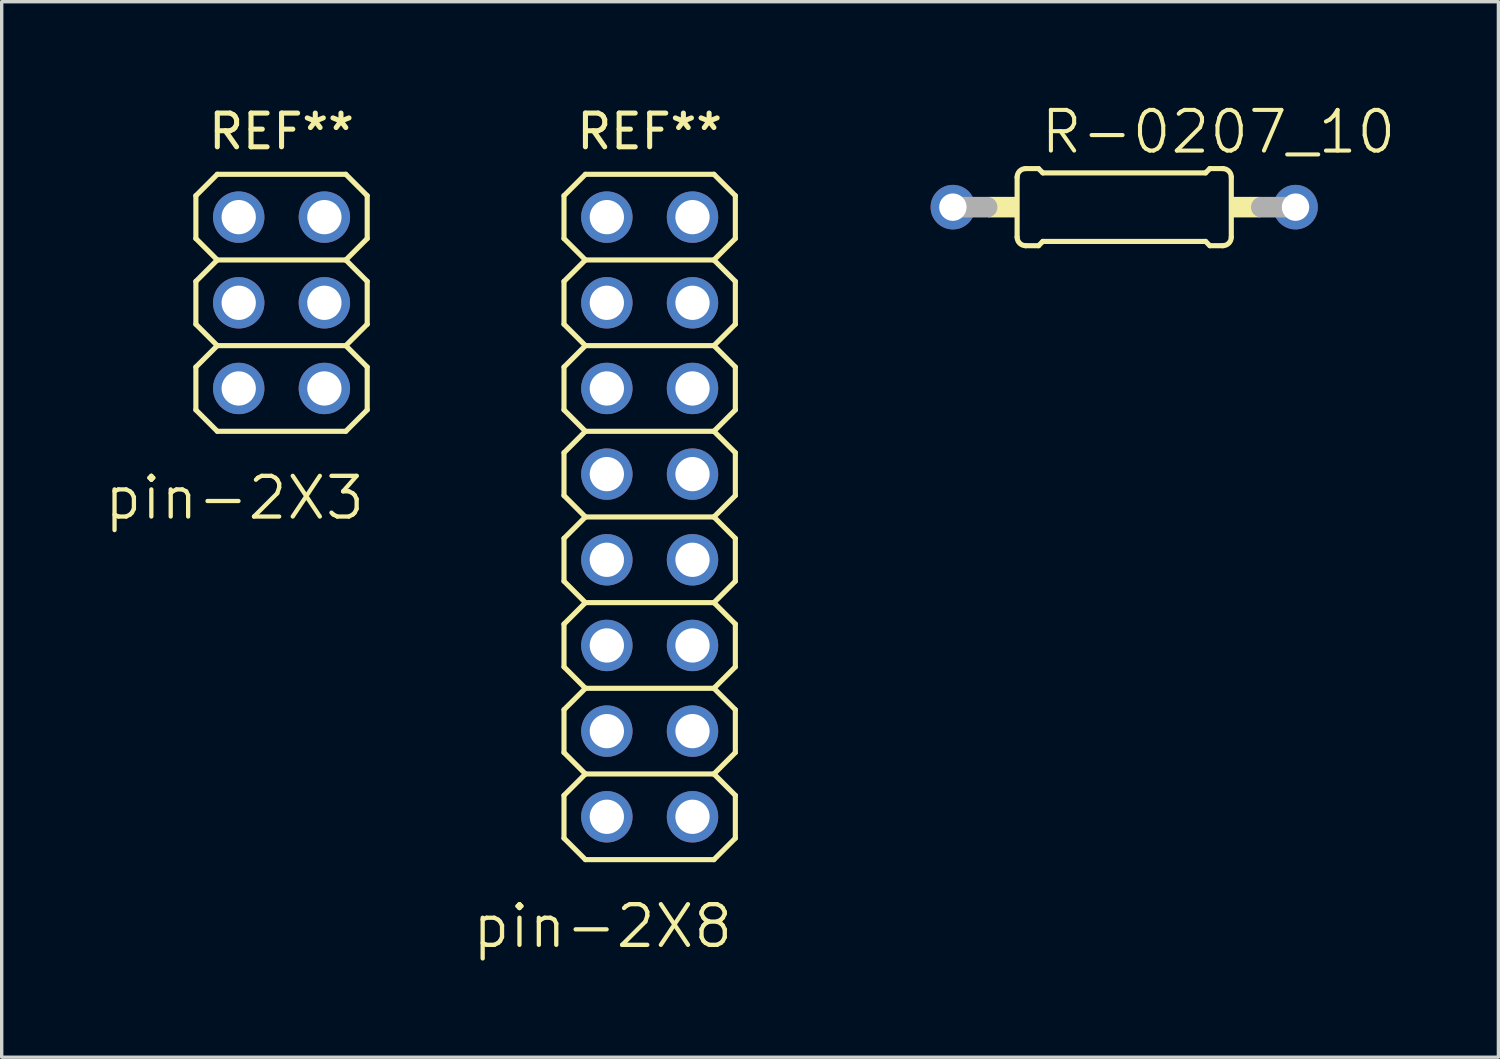
<source format=kicad_pcb>
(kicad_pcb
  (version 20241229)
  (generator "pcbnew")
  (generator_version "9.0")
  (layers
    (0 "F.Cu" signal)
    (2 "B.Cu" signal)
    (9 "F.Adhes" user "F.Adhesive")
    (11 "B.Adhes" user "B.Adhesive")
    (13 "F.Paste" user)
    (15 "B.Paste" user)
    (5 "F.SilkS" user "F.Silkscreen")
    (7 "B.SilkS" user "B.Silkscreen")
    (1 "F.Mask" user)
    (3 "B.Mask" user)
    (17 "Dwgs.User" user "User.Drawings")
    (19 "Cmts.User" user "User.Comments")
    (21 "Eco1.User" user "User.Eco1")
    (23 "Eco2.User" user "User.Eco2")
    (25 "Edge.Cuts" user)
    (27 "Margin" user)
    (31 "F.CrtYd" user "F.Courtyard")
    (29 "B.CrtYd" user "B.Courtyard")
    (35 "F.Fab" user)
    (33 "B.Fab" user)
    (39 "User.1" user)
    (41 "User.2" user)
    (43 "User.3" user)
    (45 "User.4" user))
  (footprint "pin-2X3"
    (layer "F.Cu")
    (at 5.298 5.928)
    (property "Reference" "pin-2X3" (at 2.54 5.08 180) (layer "F.SilkS") (effects (font (size 1.206 1.206) (thickness 0.127)) (justify right top)))
    (attr through_hole)
    (fp_line (start -2.54 -3.175) (end -2.54 -1.905) (stroke (width 0.152) (type solid)) (layer "F.SilkS"))
    (fp_line (start -2.54 -1.905) (end -1.905 -1.27) (stroke (width 0.152) (type solid)) (layer "F.SilkS"))
    (fp_line (start -2.54 -0.635) (end -2.54 0.635) (stroke (width 0.152) (type solid)) (layer "F.SilkS"))
    (fp_line (start -2.54 0.635) (end -1.905 1.27) (stroke (width 0.152) (type solid)) (layer "F.SilkS"))
    (fp_line (start -2.54 1.905) (end -2.54 3.175) (stroke (width 0.152) (type solid)) (layer "F.SilkS"))
    (fp_line (start -2.54 3.175) (end -1.905 3.81) (stroke (width 0.152) (type solid)) (layer "F.SilkS"))
    (fp_line (start -1.905 -3.81) (end -2.54 -3.175) (stroke (width 0.152) (type solid)) (layer "F.SilkS"))
    (fp_line (start -1.905 -3.81) (end 1.905 -3.81) (stroke (width 0.152) (type solid)) (layer "F.SilkS"))
    (fp_line (start -1.905 -1.27) (end -2.54 -0.635) (stroke (width 0.152) (type solid)) (layer "F.SilkS"))
    (fp_line (start -1.905 1.27) (end -2.54 1.905) (stroke (width 0.152) (type solid)) (layer "F.SilkS"))
    (fp_line (start 1.905 -3.81) (end 2.54 -3.175) (stroke (width 0.152) (type solid)) (layer "F.SilkS"))
    (fp_line (start 1.905 -1.27) (end -1.905 -1.27) (stroke (width 0.152) (type solid)) (layer "F.SilkS"))
    (fp_line (start 1.905 -1.27) (end 2.54 -0.635) (stroke (width 0.152) (type solid)) (layer "F.SilkS"))
    (fp_line (start 1.905 1.27) (end -1.905 1.27) (stroke (width 0.152) (type solid)) (layer "F.SilkS"))
    (fp_line (start 1.905 1.27) (end 2.54 1.905) (stroke (width 0.152) (type solid)) (layer "F.SilkS"))
    (fp_line (start 1.905 3.81) (end -1.905 3.81) (stroke (width 0.152) (type solid)) (layer "F.SilkS"))
    (fp_line (start 2.54 -3.175) (end 2.54 -1.905) (stroke (width 0.152) (type solid)) (layer "F.SilkS"))
    (fp_line (start 2.54 -1.905) (end 1.905 -1.27) (stroke (width 0.152) (type solid)) (layer "F.SilkS"))
    (fp_line (start 2.54 -0.635) (end 2.54 0.635) (stroke (width 0.152) (type solid)) (layer "F.SilkS"))
    (fp_line (start 2.54 0.635) (end 1.905 1.27) (stroke (width 0.152) (type solid)) (layer "F.SilkS"))
    (fp_line (start 2.54 1.905) (end 2.54 3.175) (stroke (width 0.152) (type solid)) (layer "F.SilkS"))
    (fp_line (start 2.54 3.175) (end 1.905 3.81) (stroke (width 0.152) (type solid)) (layer "F.SilkS"))
    (fp_poly (pts (xy -1.524 -2.794) (xy -1.524 -2.286) (xy -1.016 -2.286) (xy -1.016 -2.794)) (stroke (width 0.1) (type solid)) (fill no) (layer "F.Fab"))
    (fp_poly (pts (xy -1.524 -0.254) (xy -1.524 0.254) (xy -1.016 0.254) (xy -1.016 -0.254)) (stroke (width 0.1) (type solid)) (fill no) (layer "F.Fab"))
    (fp_poly (pts (xy -1.524 2.286) (xy -1.524 2.794) (xy -1.016 2.794) (xy -1.016 2.286)) (stroke (width 0.1) (type solid)) (fill no) (layer "F.Fab"))
    (fp_poly (pts (xy 1.016 -2.794) (xy 1.016 -2.286) (xy 1.524 -2.286) (xy 1.524 -2.794)) (stroke (width 0.1) (type solid)) (fill no) (layer "F.Fab"))
    (fp_poly (pts (xy 1.016 -0.254) (xy 1.016 0.254) (xy 1.524 0.254) (xy 1.524 -0.254)) (stroke (width 0.1) (type solid)) (fill no) (layer "F.Fab"))
    (fp_poly (pts (xy 1.016 2.286) (xy 1.016 2.794) (xy 1.524 2.794) (xy 1.524 2.286)) (stroke (width 0.1) (type solid)) (fill no) (layer "F.Fab"))
    (fp_text user "REF**" (at 0 -5.08 180) (layer "F.SilkS") (effects (font (size 1 1) (thickness 0.15))))
    (pad "1" thru_hole circle (at -1.27 -2.54 270) (size 1.524 1.524) (drill 1.016) (layers "*.Cu" "*.Mask"))
    (pad "2" thru_hole circle (at 1.27 -2.54 270) (size 1.524 1.524) (drill 1.016) (layers "*.Cu" "*.Mask"))
    (pad "3" thru_hole circle (at -1.27 0 270) (size 1.524 1.524) (drill 1.016) (layers "*.Cu" "*.Mask"))
    (pad "4" thru_hole circle (at 1.27 0 270) (size 1.524 1.524) (drill 1.016) (layers "*.Cu" "*.Mask"))
    (pad "5" thru_hole circle (at -1.27 2.54 270) (size 1.524 1.524) (drill 1.016) (layers "*.Cu" "*.Mask"))
    (pad "6" thru_hole circle (at 1.27 2.54 270) (size 1.524 1.524) (drill 1.016) (layers "*.Cu" "*.Mask")))
  (footprint "R-0207_10"
    (layer "F.Cu")
    (at 30.283 3.092)
    (property "Reference" "R-0207_10" (at -2.54 -1.524 0) (layer "F.SilkS") (effects (font (size 1.206 1.206) (thickness 0.121)) (justify left bottom)))
    (attr through_hole)
    (fp_line (start -3.175 0.889) (end -3.175 -0.889) (stroke (width 0.152) (type solid)) (layer "F.SilkS"))
    (fp_line (start -2.921 -1.143) (end -2.54 -1.143) (stroke (width 0.152) (type solid)) (layer "F.SilkS"))
    (fp_line (start -2.921 1.143) (end -2.54 1.143) (stroke (width 0.152) (type solid)) (layer "F.SilkS"))
    (fp_line (start -2.413 -1.016) (end -2.54 -1.143) (stroke (width 0.152) (type solid)) (layer "F.SilkS"))
    (fp_line (start -2.413 1.016) (end -2.54 1.143) (stroke (width 0.152) (type solid)) (layer "F.SilkS"))
    (fp_line (start 2.413 -1.016) (end -2.413 -1.016) (stroke (width 0.152) (type solid)) (layer "F.SilkS"))
    (fp_line (start 2.413 -1.016) (end 2.54 -1.143) (stroke (width 0.152) (type solid)) (layer "F.SilkS"))
    (fp_line (start 2.413 1.016) (end -2.413 1.016) (stroke (width 0.152) (type solid)) (layer "F.SilkS"))
    (fp_line (start 2.413 1.016) (end 2.54 1.143) (stroke (width 0.152) (type solid)) (layer "F.SilkS"))
    (fp_line (start 2.921 -1.143) (end 2.54 -1.143) (stroke (width 0.152) (type solid)) (layer "F.SilkS"))
    (fp_line (start 2.921 1.143) (end 2.54 1.143) (stroke (width 0.152) (type solid)) (layer "F.SilkS"))
    (fp_line (start 3.175 0.889) (end 3.175 -0.889) (stroke (width 0.152) (type solid)) (layer "F.SilkS"))
    (fp_arc (start -3.175 -0.889) (mid -3.100605 -1.068605) (end -2.921 -1.143) (stroke (width 0.1524) (type solid)) (layer "F.SilkS"))
    (fp_arc (start -2.921 1.143) (mid -3.100605 1.068605) (end -3.175 0.889) (stroke (width 0.1524) (type solid)) (layer "F.SilkS"))
    (fp_arc (start 2.921 -1.143) (mid 3.100605 -1.068605) (end 3.175 -0.889) (stroke (width 0.1524) (type solid)) (layer "F.SilkS"))
    (fp_arc (start 3.175 0.889) (mid 3.100605 1.068605) (end 2.921 1.143) (stroke (width 0.1524) (type solid)) (layer "F.SilkS"))
    (fp_poly (pts (xy -4.039 0.305) (xy -3.175 0.305) (xy -3.175 -0.305) (xy -4.039 -0.305)) (stroke (width 0) (type solid)) (fill yes) (layer "F.SilkS"))
    (fp_poly (pts (xy 3.175 0.305) (xy 4.039 0.305) (xy 4.039 -0.305) (xy 3.175 -0.305)) (stroke (width 0) (type solid)) (fill yes) (layer "F.SilkS"))
    (fp_line (start -5.08 0) (end -4.064 0) (stroke (width 0.61) (type solid)) (layer "F.Fab"))
    (fp_line (start 5.08 0) (end 4.064 0) (stroke (width 0.61) (type solid)) (layer "F.Fab"))
    (pad "1" thru_hole circle (at -5.08 0) (size 1.321 1.321) (drill 0.813) (layers "*.Cu" "*.Mask"))
    (pad "2" thru_hole circle (at 5.08 0) (size 1.321 1.321) (drill 0.813) (layers "*.Cu" "*.Mask")))
  (footprint "pin-2X8"
    (layer "F.Cu")
    (at 21.293 17.358)
    (property "Reference" "pin-2X8" (at -2.54 6.35 180) (layer "F.SilkS") (effects (font (size 1.206 1.206) (thickness 0.127)) (justify right top)))
    (attr through_hole)
    (fp_line (start -7.62 -14.605) (end -7.62 -13.335) (stroke (width 0.152) (type solid)) (layer "F.SilkS"))
    (fp_line (start -7.62 -13.335) (end -6.985 -12.7) (stroke (width 0.152) (type solid)) (layer "F.SilkS"))
    (fp_line (start -7.62 -12.065) (end -7.62 -10.795) (stroke (width 0.152) (type solid)) (layer "F.SilkS"))
    (fp_line (start -7.62 -10.795) (end -6.985 -10.16) (stroke (width 0.152) (type solid)) (layer "F.SilkS"))
    (fp_line (start -7.62 -9.525) (end -7.62 -8.255) (stroke (width 0.152) (type solid)) (layer "F.SilkS"))
    (fp_line (start -7.62 -8.255) (end -6.985 -7.62) (stroke (width 0.152) (type solid)) (layer "F.SilkS"))
    (fp_line (start -7.62 -6.985) (end -7.62 -5.715) (stroke (width 0.152) (type solid)) (layer "F.SilkS"))
    (fp_line (start -7.62 -5.715) (end -6.985 -5.08) (stroke (width 0.152) (type solid)) (layer "F.SilkS"))
    (fp_line (start -7.62 -4.445) (end -7.62 -3.175) (stroke (width 0.152) (type solid)) (layer "F.SilkS"))
    (fp_line (start -7.62 -3.175) (end -6.985 -2.54) (stroke (width 0.152) (type solid)) (layer "F.SilkS"))
    (fp_line (start -7.62 -1.905) (end -7.62 -0.635) (stroke (width 0.152) (type solid)) (layer "F.SilkS"))
    (fp_line (start -7.62 -0.635) (end -6.985 0) (stroke (width 0.152) (type solid)) (layer "F.SilkS"))
    (fp_line (start -7.62 1.905) (end -7.62 0.635) (stroke (width 0.152) (type solid)) (layer "F.SilkS"))
    (fp_line (start -7.62 4.445) (end -7.62 3.175) (stroke (width 0.152) (type solid)) (layer "F.SilkS"))
    (fp_line (start -6.985 -15.24) (end -7.62 -14.605) (stroke (width 0.152) (type solid)) (layer "F.SilkS"))
    (fp_line (start -6.985 -15.24) (end -3.175 -15.24) (stroke (width 0.152) (type solid)) (layer "F.SilkS"))
    (fp_line (start -6.985 -12.7) (end -7.62 -12.065) (stroke (width 0.152) (type solid)) (layer "F.SilkS"))
    (fp_line (start -6.985 -10.16) (end -7.62 -9.525) (stroke (width 0.152) (type solid)) (layer "F.SilkS"))
    (fp_line (start -6.985 -7.62) (end -7.62 -6.985) (stroke (width 0.152) (type solid)) (layer "F.SilkS"))
    (fp_line (start -6.985 -5.08) (end -7.62 -4.445) (stroke (width 0.152) (type solid)) (layer "F.SilkS"))
    (fp_line (start -6.985 -2.54) (end -7.62 -1.905) (stroke (width 0.152) (type solid)) (layer "F.SilkS"))
    (fp_line (start -6.985 0) (end -7.62 0.635) (stroke (width 0.152) (type solid)) (layer "F.SilkS"))
    (fp_line (start -6.985 2.54) (end -7.62 1.905) (stroke (width 0.152) (type solid)) (layer "F.SilkS"))
    (fp_line (start -6.985 2.54) (end -7.62 3.175) (stroke (width 0.152) (type solid)) (layer "F.SilkS"))
    (fp_line (start -6.985 5.08) (end -7.62 4.445) (stroke (width 0.152) (type solid)) (layer "F.SilkS"))
    (fp_line (start -3.175 -15.24) (end -2.54 -14.605) (stroke (width 0.152) (type solid)) (layer "F.SilkS"))
    (fp_line (start -3.175 -12.7) (end -6.985 -12.7) (stroke (width 0.152) (type solid)) (layer "F.SilkS"))
    (fp_line (start -3.175 -12.7) (end -2.54 -12.065) (stroke (width 0.152) (type solid)) (layer "F.SilkS"))
    (fp_line (start -3.175 -10.16) (end -6.985 -10.16) (stroke (width 0.152) (type solid)) (layer "F.SilkS"))
    (fp_line (start -3.175 -10.16) (end -2.54 -9.525) (stroke (width 0.152) (type solid)) (layer "F.SilkS"))
    (fp_line (start -3.175 -7.62) (end -6.985 -7.62) (stroke (width 0.152) (type solid)) (layer "F.SilkS"))
    (fp_line (start -3.175 -7.62) (end -2.54 -6.985) (stroke (width 0.152) (type solid)) (layer "F.SilkS"))
    (fp_line (start -3.175 -5.08) (end -6.985 -5.08) (stroke (width 0.152) (type solid)) (layer "F.SilkS"))
    (fp_line (start -3.175 -5.08) (end -2.54 -4.445) (stroke (width 0.152) (type solid)) (layer "F.SilkS"))
    (fp_line (start -3.175 -2.54) (end -6.985 -2.54) (stroke (width 0.152) (type solid)) (layer "F.SilkS"))
    (fp_line (start -3.175 -2.54) (end -2.54 -1.905) (stroke (width 0.152) (type solid)) (layer "F.SilkS"))
    (fp_line (start -3.175 0) (end -6.985 0) (stroke (width 0.152) (type solid)) (layer "F.SilkS"))
    (fp_line (start -3.175 0) (end -2.54 0.635) (stroke (width 0.152) (type solid)) (layer "F.SilkS"))
    (fp_line (start -3.175 2.54) (end -6.985 2.54) (stroke (width 0.152) (type solid)) (layer "F.SilkS"))
    (fp_line (start -3.175 2.54) (end -2.54 3.175) (stroke (width 0.152) (type solid)) (layer "F.SilkS"))
    (fp_line (start -3.175 5.08) (end -6.985 5.08) (stroke (width 0.152) (type solid)) (layer "F.SilkS"))
    (fp_line (start -2.54 -14.605) (end -2.54 -13.335) (stroke (width 0.152) (type solid)) (layer "F.SilkS"))
    (fp_line (start -2.54 -13.335) (end -3.175 -12.7) (stroke (width 0.152) (type solid)) (layer "F.SilkS"))
    (fp_line (start -2.54 -12.065) (end -2.54 -10.795) (stroke (width 0.152) (type solid)) (layer "F.SilkS"))
    (fp_line (start -2.54 -10.795) (end -3.175 -10.16) (stroke (width 0.152) (type solid)) (layer "F.SilkS"))
    (fp_line (start -2.54 -9.525) (end -2.54 -8.255) (stroke (width 0.152) (type solid)) (layer "F.SilkS"))
    (fp_line (start -2.54 -8.255) (end -3.175 -7.62) (stroke (width 0.152) (type solid)) (layer "F.SilkS"))
    (fp_line (start -2.54 -6.985) (end -2.54 -5.715) (stroke (width 0.152) (type solid)) (layer "F.SilkS"))
    (fp_line (start -2.54 -5.715) (end -3.175 -5.08) (stroke (width 0.152) (type solid)) (layer "F.SilkS"))
    (fp_line (start -2.54 -4.445) (end -2.54 -3.175) (stroke (width 0.152) (type solid)) (layer "F.SilkS"))
    (fp_line (start -2.54 -3.175) (end -3.175 -2.54) (stroke (width 0.152) (type solid)) (layer "F.SilkS"))
    (fp_line (start -2.54 -1.905) (end -2.54 -0.635) (stroke (width 0.152) (type solid)) (layer "F.SilkS"))
    (fp_line (start -2.54 -0.635) (end -3.175 0) (stroke (width 0.152) (type solid)) (layer "F.SilkS"))
    (fp_line (start -2.54 0.635) (end -2.54 1.905) (stroke (width 0.152) (type solid)) (layer "F.SilkS"))
    (fp_line (start -2.54 1.905) (end -3.175 2.54) (stroke (width 0.152) (type solid)) (layer "F.SilkS"))
    (fp_line (start -2.54 3.175) (end -2.54 4.445) (stroke (width 0.152) (type solid)) (layer "F.SilkS"))
    (fp_line (start -2.54 4.445) (end -3.175 5.08) (stroke (width 0.152) (type solid)) (layer "F.SilkS"))
    (fp_poly (pts (xy -6.604 -14.224) (xy -6.604 -13.716) (xy -6.096 -13.716) (xy -6.096 -14.224)) (stroke (width 0.1) (type solid)) (fill no) (layer "F.Fab"))
    (fp_poly (pts (xy -6.604 -11.684) (xy -6.604 -11.176) (xy -6.096 -11.176) (xy -6.096 -11.684)) (stroke (width 0.1) (type solid)) (fill no) (layer "F.Fab"))
    (fp_poly (pts (xy -6.604 -9.144) (xy -6.604 -8.636) (xy -6.096 -8.636) (xy -6.096 -9.144)) (stroke (width 0.1) (type solid)) (fill no) (layer "F.Fab"))
    (fp_poly (pts (xy -6.604 -6.604) (xy -6.604 -6.096) (xy -6.096 -6.096) (xy -6.096 -6.604)) (stroke (width 0.1) (type solid)) (fill no) (layer "F.Fab"))
    (fp_poly (pts (xy -6.604 -4.064) (xy -6.604 -3.556) (xy -6.096 -3.556) (xy -6.096 -4.064)) (stroke (width 0.1) (type solid)) (fill no) (layer "F.Fab"))
    (fp_poly (pts (xy -6.604 -1.524) (xy -6.604 -1.016) (xy -6.096 -1.016) (xy -6.096 -1.524)) (stroke (width 0.1) (type solid)) (fill no) (layer "F.Fab"))
    (fp_poly (pts (xy -6.604 1.016) (xy -6.604 1.524) (xy -6.096 1.524) (xy -6.096 1.016)) (stroke (width 0.1) (type solid)) (fill no) (layer "F.Fab"))
    (fp_poly (pts (xy -6.604 3.556) (xy -6.604 4.064) (xy -6.096 4.064) (xy -6.096 3.556)) (stroke (width 0.1) (type solid)) (fill no) (layer "F.Fab"))
    (fp_poly (pts (xy -4.064 -14.224) (xy -4.064 -13.716) (xy -3.556 -13.716) (xy -3.556 -14.224)) (stroke (width 0.1) (type solid)) (fill no) (layer "F.Fab"))
    (fp_poly (pts (xy -4.064 -11.684) (xy -4.064 -11.176) (xy -3.556 -11.176) (xy -3.556 -11.684)) (stroke (width 0.1) (type solid)) (fill no) (layer "F.Fab"))
    (fp_poly (pts (xy -4.064 -9.144) (xy -4.064 -8.636) (xy -3.556 -8.636) (xy -3.556 -9.144)) (stroke (width 0.1) (type solid)) (fill no) (layer "F.Fab"))
    (fp_poly (pts (xy -4.064 -6.604) (xy -4.064 -6.096) (xy -3.556 -6.096) (xy -3.556 -6.604)) (stroke (width 0.1) (type solid)) (fill no) (layer "F.Fab"))
    (fp_poly (pts (xy -4.064 -4.064) (xy -4.064 -3.556) (xy -3.556 -3.556) (xy -3.556 -4.064)) (stroke (width 0.1) (type solid)) (fill no) (layer "F.Fab"))
    (fp_poly (pts (xy -4.064 -1.524) (xy -4.064 -1.016) (xy -3.556 -1.016) (xy -3.556 -1.524)) (stroke (width 0.1) (type solid)) (fill no) (layer "F.Fab"))
    (fp_poly (pts (xy -4.064 1.016) (xy -4.064 1.524) (xy -3.556 1.524) (xy -3.556 1.016)) (stroke (width 0.1) (type solid)) (fill no) (layer "F.Fab"))
    (fp_poly (pts (xy -4.064 3.556) (xy -4.064 4.064) (xy -3.556 4.064) (xy -3.556 3.556)) (stroke (width 0.1) (type solid)) (fill no) (layer "F.Fab"))
    (fp_text user "REF**" (at -5.08 -16.51 180) (layer "F.SilkS") (effects (font (size 1 1) (thickness 0.15))))
    (pad "1" thru_hole circle (at -6.35 -13.97 270) (size 1.524 1.524) (drill 1.016) (layers "*.Cu" "*.Mask"))
    (pad "2" thru_hole circle (at -3.81 -13.97 270) (size 1.524 1.524) (drill 1.016) (layers "*.Cu" "*.Mask"))
    (pad "3" thru_hole circle (at -6.35 -11.43 270) (size 1.524 1.524) (drill 1.016) (layers "*.Cu" "*.Mask"))
    (pad "4" thru_hole circle (at -3.81 -11.43 270) (size 1.524 1.524) (drill 1.016) (layers "*.Cu" "*.Mask"))
    (pad "5" thru_hole circle (at -6.35 -8.89 270) (size 1.524 1.524) (drill 1.016) (layers "*.Cu" "*.Mask"))
    (pad "6" thru_hole circle (at -3.81 -8.89 270) (size 1.524 1.524) (drill 1.016) (layers "*.Cu" "*.Mask"))
    (pad "7" thru_hole circle (at -6.35 -6.35 270) (size 1.524 1.524) (drill 1.016) (layers "*.Cu" "*.Mask"))
    (pad "8" thru_hole circle (at -3.81 -6.35 270) (size 1.524 1.524) (drill 1.016) (layers "*.Cu" "*.Mask"))
    (pad "9" thru_hole circle (at -6.35 -3.81 270) (size 1.524 1.524) (drill 1.016) (layers "*.Cu" "*.Mask"))
    (pad "10" thru_hole circle (at -3.81 -3.81 270) (size 1.524 1.524) (drill 1.016) (layers "*.Cu" "*.Mask"))
    (pad "11" thru_hole circle (at -6.35 -1.27 270) (size 1.524 1.524) (drill 1.016) (layers "*.Cu" "*.Mask"))
    (pad "12" thru_hole circle (at -3.81 -1.27 270) (size 1.524 1.524) (drill 1.016) (layers "*.Cu" "*.Mask"))
    (pad "13" thru_hole circle (at -6.35 1.27 270) (size 1.524 1.524) (drill 1.016) (layers "*.Cu" "*.Mask"))
    (pad "14" thru_hole circle (at -3.81 1.27 270) (size 1.524 1.524) (drill 1.016) (layers "*.Cu" "*.Mask"))
    (pad "15" thru_hole circle (at -6.35 3.81 270) (size 1.524 1.524) (drill 1.016) (layers "*.Cu" "*.Mask"))
    (pad "16" thru_hole circle (at -3.81 3.81 270) (size 1.524 1.524) (drill 1.016) (layers "*.Cu" "*.Mask")))
  (gr_rect
    (start -3 -3)
    (end 41.378 28.296)
    (stroke (width 0.1) (type default))
    (fill no)
    (layer "Edge.Cuts")))
</source>
